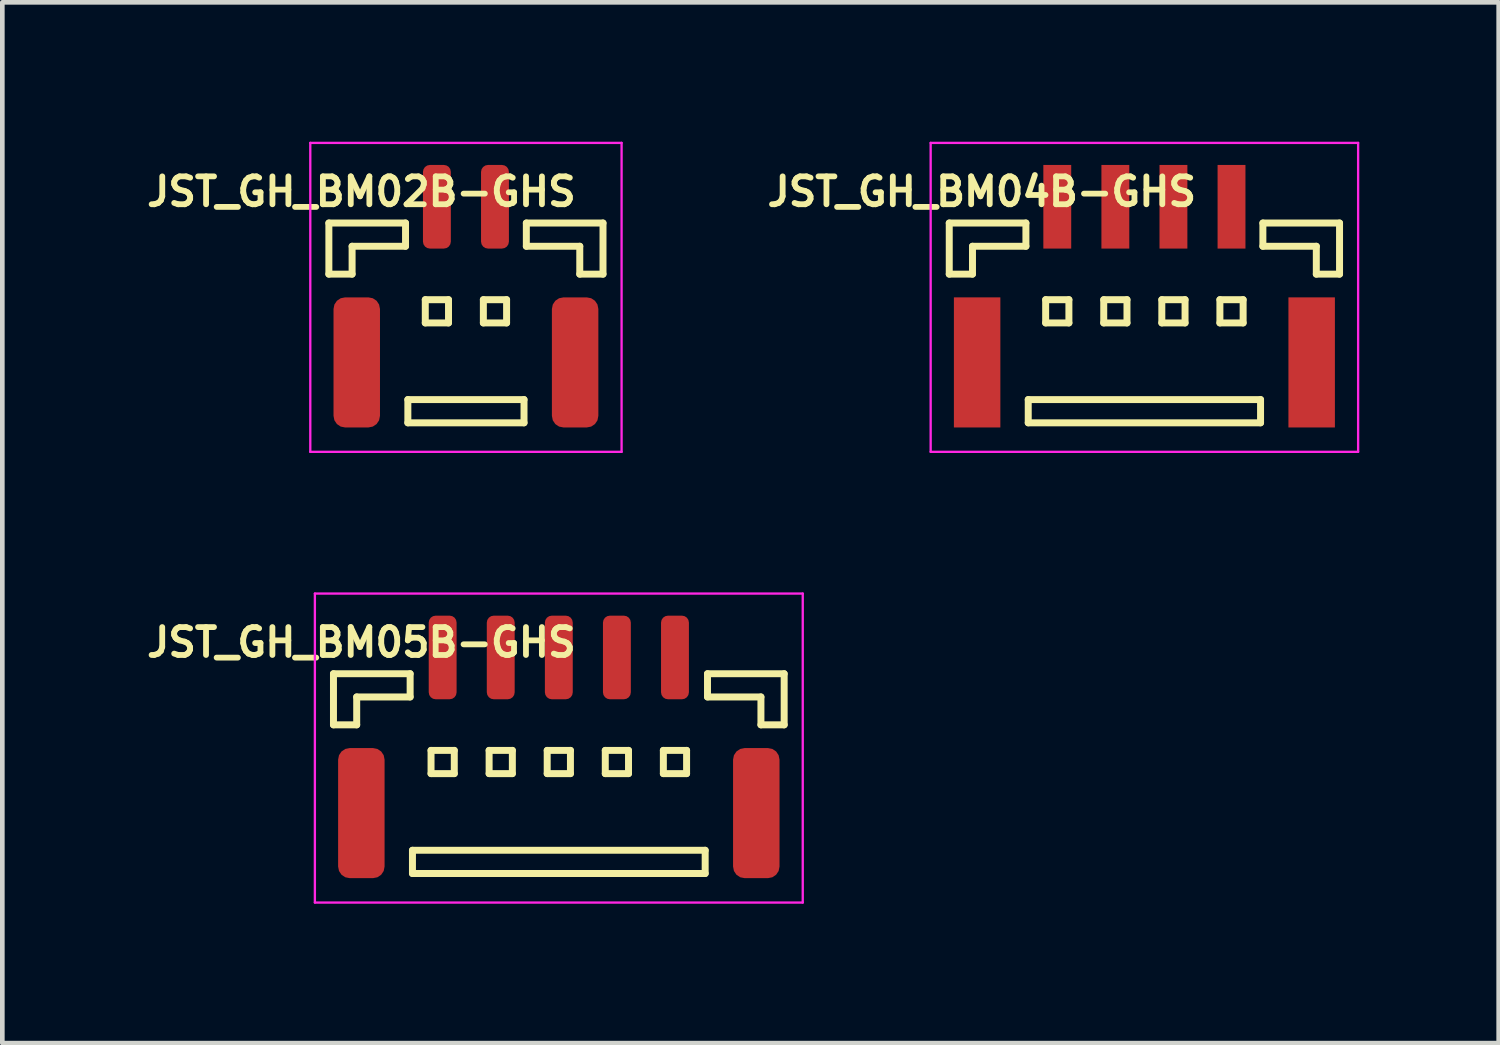
<source format=kicad_pcb>
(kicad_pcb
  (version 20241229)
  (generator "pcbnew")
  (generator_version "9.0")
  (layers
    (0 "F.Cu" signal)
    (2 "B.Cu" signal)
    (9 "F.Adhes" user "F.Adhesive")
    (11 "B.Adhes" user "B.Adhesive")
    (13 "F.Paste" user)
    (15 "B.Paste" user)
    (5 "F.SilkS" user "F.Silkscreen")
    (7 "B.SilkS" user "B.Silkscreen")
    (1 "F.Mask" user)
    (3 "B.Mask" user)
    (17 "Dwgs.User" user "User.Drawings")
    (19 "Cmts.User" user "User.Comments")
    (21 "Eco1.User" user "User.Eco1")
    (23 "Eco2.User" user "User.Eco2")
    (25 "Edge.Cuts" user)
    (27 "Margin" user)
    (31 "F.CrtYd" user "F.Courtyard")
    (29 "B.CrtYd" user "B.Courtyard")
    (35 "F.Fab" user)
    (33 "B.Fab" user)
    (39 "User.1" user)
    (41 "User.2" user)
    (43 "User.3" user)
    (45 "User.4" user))
  (footprint "JST_GH_BM05B-GHS"
    (layer "F.Cu")
    (at 8.977 12.775)
    (property "Reference" "JST_GH_BM05B-GHS" (at -4.25 -2 0) (layer "F.SilkS") (effects (font (size 0.6 0.6) (thickness 0.125))))
    (attr smd)
    (fp_line (start -4.85 -1.325) (end -3.2 -1.325) (stroke (width 0.15) (type solid)) (layer "F.SilkS"))
    (fp_line (start -4.85 -0.225) (end -4.85 -1.325) (stroke (width 0.15) (type solid)) (layer "F.SilkS"))
    (fp_line (start -4.35 -0.825) (end -4.35 -0.225) (stroke (width 0.15) (type solid)) (layer "F.SilkS"))
    (fp_line (start -4.35 -0.225) (end -4.85 -0.225) (stroke (width 0.15) (type solid)) (layer "F.SilkS"))
    (fp_line (start -3.2 -1.325) (end -3.2 -0.825) (stroke (width 0.15) (type solid)) (layer "F.SilkS"))
    (fp_line (start -3.2 -0.825) (end -4.35 -0.825) (stroke (width 0.15) (type solid)) (layer "F.SilkS"))
    (fp_line (start -3.15 2.475) (end -3.15 2.975) (stroke (width 0.15) (type solid)) (layer "F.SilkS"))
    (fp_line (start -3.15 2.975) (end 3.15 2.975) (stroke (width 0.15) (type solid)) (layer "F.SilkS"))
    (fp_line (start -2.75 0.325) (end -2.75 0.825) (stroke (width 0.15) (type solid)) (layer "F.SilkS"))
    (fp_line (start -2.75 0.825) (end -2.25 0.825) (stroke (width 0.15) (type solid)) (layer "F.SilkS"))
    (fp_line (start -2.25 0.325) (end -2.75 0.325) (stroke (width 0.15) (type solid)) (layer "F.SilkS"))
    (fp_line (start -2.25 0.825) (end -2.25 0.325) (stroke (width 0.15) (type solid)) (layer "F.SilkS"))
    (fp_line (start -1.5 0.325) (end -1.5 0.825) (stroke (width 0.15) (type solid)) (layer "F.SilkS"))
    (fp_line (start -1.5 0.825) (end -1 0.825) (stroke (width 0.15) (type solid)) (layer "F.SilkS"))
    (fp_line (start -1 0.325) (end -1.5 0.325) (stroke (width 0.15) (type solid)) (layer "F.SilkS"))
    (fp_line (start -1 0.825) (end -1 0.325) (stroke (width 0.15) (type solid)) (layer "F.SilkS"))
    (fp_line (start -0.25 0.325) (end -0.25 0.825) (stroke (width 0.15) (type solid)) (layer "F.SilkS"))
    (fp_line (start -0.25 0.825) (end 0.25 0.825) (stroke (width 0.15) (type solid)) (layer "F.SilkS"))
    (fp_line (start 0.25 0.325) (end -0.25 0.325) (stroke (width 0.15) (type solid)) (layer "F.SilkS"))
    (fp_line (start 0.25 0.825) (end 0.25 0.325) (stroke (width 0.15) (type solid)) (layer "F.SilkS"))
    (fp_line (start 1 0.325) (end 1 0.825) (stroke (width 0.15) (type solid)) (layer "F.SilkS"))
    (fp_line (start 1 0.825) (end 1.5 0.825) (stroke (width 0.15) (type solid)) (layer "F.SilkS"))
    (fp_line (start 1.5 0.325) (end 1 0.325) (stroke (width 0.15) (type solid)) (layer "F.SilkS"))
    (fp_line (start 1.5 0.825) (end 1.5 0.325) (stroke (width 0.15) (type solid)) (layer "F.SilkS"))
    (fp_line (start 2.25 0.325) (end 2.25 0.825) (stroke (width 0.15) (type solid)) (layer "F.SilkS"))
    (fp_line (start 2.25 0.825) (end 2.75 0.825) (stroke (width 0.15) (type solid)) (layer "F.SilkS"))
    (fp_line (start 2.75 0.325) (end 2.25 0.325) (stroke (width 0.15) (type solid)) (layer "F.SilkS"))
    (fp_line (start 2.75 0.825) (end 2.75 0.325) (stroke (width 0.15) (type solid)) (layer "F.SilkS"))
    (fp_line (start 3.15 2.475) (end -3.15 2.475) (stroke (width 0.15) (type solid)) (layer "F.SilkS"))
    (fp_line (start 3.15 2.975) (end 3.15 2.475) (stroke (width 0.15) (type solid)) (layer "F.SilkS"))
    (fp_line (start 3.2 -1.325) (end 3.2 -0.825) (stroke (width 0.15) (type solid)) (layer "F.SilkS"))
    (fp_line (start 3.2 -0.825) (end 4.35 -0.825) (stroke (width 0.15) (type solid)) (layer "F.SilkS"))
    (fp_line (start 4.35 -0.825) (end 4.35 -0.225) (stroke (width 0.15) (type solid)) (layer "F.SilkS"))
    (fp_line (start 4.35 -0.225) (end 4.85 -0.225) (stroke (width 0.15) (type solid)) (layer "F.SilkS"))
    (fp_line (start 4.85 -1.325) (end 3.2 -1.325) (stroke (width 0.15) (type solid)) (layer "F.SilkS"))
    (fp_line (start 4.85 -0.225) (end 4.85 -1.325) (stroke (width 0.15) (type solid)) (layer "F.SilkS"))
    (fp_line (start -5.25 -3.05) (end -5.25 3.6) (stroke (width 0.05) (type solid)) (layer "F.CrtYd"))
    (fp_line (start -5.25 3.6) (end 5.25 3.6) (stroke (width 0.05) (type solid)) (layer "F.CrtYd"))
    (fp_line (start 5.25 -3.05) (end -5.25 -3.05) (stroke (width 0.05) (type solid)) (layer "F.CrtYd"))
    (fp_line (start 5.25 3.6) (end 5.25 -3.05) (stroke (width 0.05) (type solid)) (layer "F.CrtYd"))
    (pad "1" smd roundrect (at -2.5 -1.675) (size 0.6 1.8) (layers "F.Cu" "F.Mask" "F.Paste") (roundrect_rratio 0.25))
    (pad "2" smd roundrect (at -1.25 -1.675) (size 0.6 1.8) (layers "F.Cu" "F.Mask" "F.Paste") (roundrect_rratio 0.25))
    (pad "3" smd roundrect (at 0 -1.675) (size 0.6 1.8) (layers "F.Cu" "F.Mask" "F.Paste") (roundrect_rratio 0.25))
    (pad "4" smd roundrect (at 1.25 -1.675) (size 0.6 1.8) (layers "F.Cu" "F.Mask" "F.Paste") (roundrect_rratio 0.25))
    (pad "5" smd roundrect (at 2.5 -1.675) (size 0.6 1.8) (layers "F.Cu" "F.Mask" "F.Paste") (roundrect_rratio 0.25))
    (pad "6" smd roundrect (at -4.25 1.675) (size 1 2.8) (layers "F.Cu" "F.Mask" "F.Paste") (roundrect_rratio 0.25))
    (pad "6" smd roundrect (at 4.25 1.675) (size 1 2.8) (layers "F.Cu" "F.Mask" "F.Paste") (roundrect_rratio 0.25)))
  (footprint "JST_GH_BM02B-GHS"
    (layer "F.Cu")
    (at 6.978 3.075)
    (property "Reference" "JST_GH_BM02B-GHS" (at -2.25 -2 0) (layer "F.SilkS") (effects (font (size 0.6 0.6) (thickness 0.125))))
    (attr smd)
    (fp_line (start -2.95 -1.325) (end -1.3 -1.325) (stroke (width 0.15) (type solid)) (layer "F.SilkS"))
    (fp_line (start -2.95 -0.225) (end -2.95 -1.325) (stroke (width 0.15) (type solid)) (layer "F.SilkS"))
    (fp_line (start -2.45 -0.825) (end -2.45 -0.225) (stroke (width 0.15) (type solid)) (layer "F.SilkS"))
    (fp_line (start -2.45 -0.225) (end -2.95 -0.225) (stroke (width 0.15) (type solid)) (layer "F.SilkS"))
    (fp_line (start -1.3 -1.325) (end -1.3 -0.825) (stroke (width 0.15) (type solid)) (layer "F.SilkS"))
    (fp_line (start -1.3 -0.825) (end -2.45 -0.825) (stroke (width 0.15) (type solid)) (layer "F.SilkS"))
    (fp_line (start -1.25 2.475) (end -1.25 2.975) (stroke (width 0.15) (type solid)) (layer "F.SilkS"))
    (fp_line (start -1.25 2.975) (end 1.25 2.975) (stroke (width 0.15) (type solid)) (layer "F.SilkS"))
    (fp_line (start -0.875 0.325) (end -0.875 0.825) (stroke (width 0.15) (type solid)) (layer "F.SilkS"))
    (fp_line (start -0.875 0.825) (end -0.375 0.825) (stroke (width 0.15) (type solid)) (layer "F.SilkS"))
    (fp_line (start -0.375 0.325) (end -0.875 0.325) (stroke (width 0.15) (type solid)) (layer "F.SilkS"))
    (fp_line (start -0.375 0.825) (end -0.375 0.325) (stroke (width 0.15) (type solid)) (layer "F.SilkS"))
    (fp_line (start 0.375 0.325) (end 0.375 0.825) (stroke (width 0.15) (type solid)) (layer "F.SilkS"))
    (fp_line (start 0.375 0.825) (end 0.875 0.825) (stroke (width 0.15) (type solid)) (layer "F.SilkS"))
    (fp_line (start 0.875 0.325) (end 0.375 0.325) (stroke (width 0.15) (type solid)) (layer "F.SilkS"))
    (fp_line (start 0.875 0.825) (end 0.875 0.325) (stroke (width 0.15) (type solid)) (layer "F.SilkS"))
    (fp_line (start 1.25 2.475) (end -1.25 2.475) (stroke (width 0.15) (type solid)) (layer "F.SilkS"))
    (fp_line (start 1.25 2.975) (end 1.25 2.475) (stroke (width 0.15) (type solid)) (layer "F.SilkS"))
    (fp_line (start 1.3 -1.325) (end 1.3 -0.825) (stroke (width 0.15) (type solid)) (layer "F.SilkS"))
    (fp_line (start 1.3 -0.825) (end 2.45 -0.825) (stroke (width 0.15) (type solid)) (layer "F.SilkS"))
    (fp_line (start 2.45 -0.825) (end 2.45 -0.225) (stroke (width 0.15) (type solid)) (layer "F.SilkS"))
    (fp_line (start 2.45 -0.225) (end 2.95 -0.225) (stroke (width 0.15) (type solid)) (layer "F.SilkS"))
    (fp_line (start 2.95 -1.325) (end 1.3 -1.325) (stroke (width 0.15) (type solid)) (layer "F.SilkS"))
    (fp_line (start 2.95 -0.225) (end 2.95 -1.325) (stroke (width 0.15) (type solid)) (layer "F.SilkS"))
    (fp_line (start -3.35 -3.05) (end -3.35 3.6) (stroke (width 0.05) (type solid)) (layer "F.CrtYd"))
    (fp_line (start -3.35 3.6) (end 3.35 3.6) (stroke (width 0.05) (type solid)) (layer "F.CrtYd"))
    (fp_line (start 3.35 -3.05) (end -3.35 -3.05) (stroke (width 0.05) (type solid)) (layer "F.CrtYd"))
    (fp_line (start 3.35 3.6) (end 3.35 -3.05) (stroke (width 0.05) (type solid)) (layer "F.CrtYd"))
    (pad "1" smd roundrect (at -0.625 -1.675) (size 0.6 1.8) (layers "F.Cu" "F.Mask" "F.Paste") (roundrect_rratio 0.25))
    (pad "2" smd roundrect (at 0.625 -1.675) (size 0.6 1.8) (layers "F.Cu" "F.Mask" "F.Paste") (roundrect_rratio 0.25))
    (pad "3" smd roundrect (at -2.35 1.675) (size 1 2.8) (layers "F.Cu" "F.Mask" "F.Paste") (roundrect_rratio 0.25))
    (pad "3" smd roundrect (at 2.35 1.675) (size 1 2.8) (layers "F.Cu" "F.Mask" "F.Paste") (roundrect_rratio 0.25)))
  (footprint "JST_GH_BM04B-GHS"
    (layer "F.Cu")
    (at 21.58 3.075)
    (property "Reference" "JST_GH_BM04B-GHS" (at -3.5 -2 0) (layer "F.SilkS") (effects (font (size 0.6 0.6) (thickness 0.125))))
    (attr smd)
    (fp_line (start -4.2 -1.325) (end -2.55 -1.325) (stroke (width 0.15) (type solid)) (layer "F.SilkS"))
    (fp_line (start -4.2 -0.225) (end -4.2 -1.325) (stroke (width 0.15) (type solid)) (layer "F.SilkS"))
    (fp_line (start -3.7 -0.825) (end -3.7 -0.225) (stroke (width 0.15) (type solid)) (layer "F.SilkS"))
    (fp_line (start -3.7 -0.225) (end -4.2 -0.225) (stroke (width 0.15) (type solid)) (layer "F.SilkS"))
    (fp_line (start -2.55 -1.325) (end -2.55 -0.825) (stroke (width 0.15) (type solid)) (layer "F.SilkS"))
    (fp_line (start -2.55 -0.825) (end -3.7 -0.825) (stroke (width 0.15) (type solid)) (layer "F.SilkS"))
    (fp_line (start -2.5 2.475) (end -2.5 2.975) (stroke (width 0.15) (type solid)) (layer "F.SilkS"))
    (fp_line (start -2.5 2.975) (end 2.5 2.975) (stroke (width 0.15) (type solid)) (layer "F.SilkS"))
    (fp_line (start -2.125 0.325) (end -2.125 0.825) (stroke (width 0.15) (type solid)) (layer "F.SilkS"))
    (fp_line (start -2.125 0.825) (end -1.625 0.825) (stroke (width 0.15) (type solid)) (layer "F.SilkS"))
    (fp_line (start -1.625 0.325) (end -2.125 0.325) (stroke (width 0.15) (type solid)) (layer "F.SilkS"))
    (fp_line (start -1.625 0.825) (end -1.625 0.325) (stroke (width 0.15) (type solid)) (layer "F.SilkS"))
    (fp_line (start -0.875 0.325) (end -0.875 0.825) (stroke (width 0.15) (type solid)) (layer "F.SilkS"))
    (fp_line (start -0.875 0.825) (end -0.375 0.825) (stroke (width 0.15) (type solid)) (layer "F.SilkS"))
    (fp_line (start -0.375 0.325) (end -0.875 0.325) (stroke (width 0.15) (type solid)) (layer "F.SilkS"))
    (fp_line (start -0.375 0.825) (end -0.375 0.325) (stroke (width 0.15) (type solid)) (layer "F.SilkS"))
    (fp_line (start 0.375 0.325) (end 0.375 0.825) (stroke (width 0.15) (type solid)) (layer "F.SilkS"))
    (fp_line (start 0.375 0.825) (end 0.875 0.825) (stroke (width 0.15) (type solid)) (layer "F.SilkS"))
    (fp_line (start 0.875 0.325) (end 0.375 0.325) (stroke (width 0.15) (type solid)) (layer "F.SilkS"))
    (fp_line (start 0.875 0.825) (end 0.875 0.325) (stroke (width 0.15) (type solid)) (layer "F.SilkS"))
    (fp_line (start 1.625 0.325) (end 1.625 0.825) (stroke (width 0.15) (type solid)) (layer "F.SilkS"))
    (fp_line (start 1.625 0.825) (end 2.125 0.825) (stroke (width 0.15) (type solid)) (layer "F.SilkS"))
    (fp_line (start 2.125 0.325) (end 1.625 0.325) (stroke (width 0.15) (type solid)) (layer "F.SilkS"))
    (fp_line (start 2.125 0.825) (end 2.125 0.325) (stroke (width 0.15) (type solid)) (layer "F.SilkS"))
    (fp_line (start 2.5 2.475) (end -2.5 2.475) (stroke (width 0.15) (type solid)) (layer "F.SilkS"))
    (fp_line (start 2.5 2.975) (end 2.5 2.475) (stroke (width 0.15) (type solid)) (layer "F.SilkS"))
    (fp_line (start 2.55 -1.325) (end 2.55 -0.825) (stroke (width 0.15) (type solid)) (layer "F.SilkS"))
    (fp_line (start 2.55 -0.825) (end 3.7 -0.825) (stroke (width 0.15) (type solid)) (layer "F.SilkS"))
    (fp_line (start 3.7 -0.825) (end 3.7 -0.225) (stroke (width 0.15) (type solid)) (layer "F.SilkS"))
    (fp_line (start 3.7 -0.225) (end 4.2 -0.225) (stroke (width 0.15) (type solid)) (layer "F.SilkS"))
    (fp_line (start 4.2 -1.325) (end 2.55 -1.325) (stroke (width 0.15) (type solid)) (layer "F.SilkS"))
    (fp_line (start 4.2 -0.225) (end 4.2 -1.325) (stroke (width 0.15) (type solid)) (layer "F.SilkS"))
    (fp_line (start -4.6 -3.05) (end -4.6 3.6) (stroke (width 0.05) (type solid)) (layer "F.CrtYd"))
    (fp_line (start -4.6 3.6) (end 4.6 3.6) (stroke (width 0.05) (type solid)) (layer "F.CrtYd"))
    (fp_line (start 4.6 -3.05) (end -4.6 -3.05) (stroke (width 0.05) (type solid)) (layer "F.CrtYd"))
    (fp_line (start 4.6 3.6) (end 4.6 -3.05) (stroke (width 0.05) (type solid)) (layer "F.CrtYd"))
    (pad "1" smd rect (at -1.875 -1.675) (size 0.6 1.8) (layers "F.Cu" "F.Mask" "F.Paste"))
    (pad "2" smd rect (at -0.625 -1.675) (size 0.6 1.8) (layers "F.Cu" "F.Mask" "F.Paste"))
    (pad "3" smd rect (at 0.625 -1.675) (size 0.6 1.8) (layers "F.Cu" "F.Mask" "F.Paste"))
    (pad "4" smd rect (at 1.875 -1.675) (size 0.6 1.8) (layers "F.Cu" "F.Mask" "F.Paste"))
    (pad "5" smd rect (at -3.6 1.675) (size 1 2.8) (layers "F.Cu" "F.Mask" "F.Paste"))
    (pad "5" smd rect (at 3.6 1.675) (size 1 2.8) (layers "F.Cu" "F.Mask" "F.Paste")))
  (gr_rect
    (start -3 -3)
    (end 29.205 19.4)
    (stroke (width 0.1) (type default))
    (fill no)
    (layer "Edge.Cuts")))
</source>
